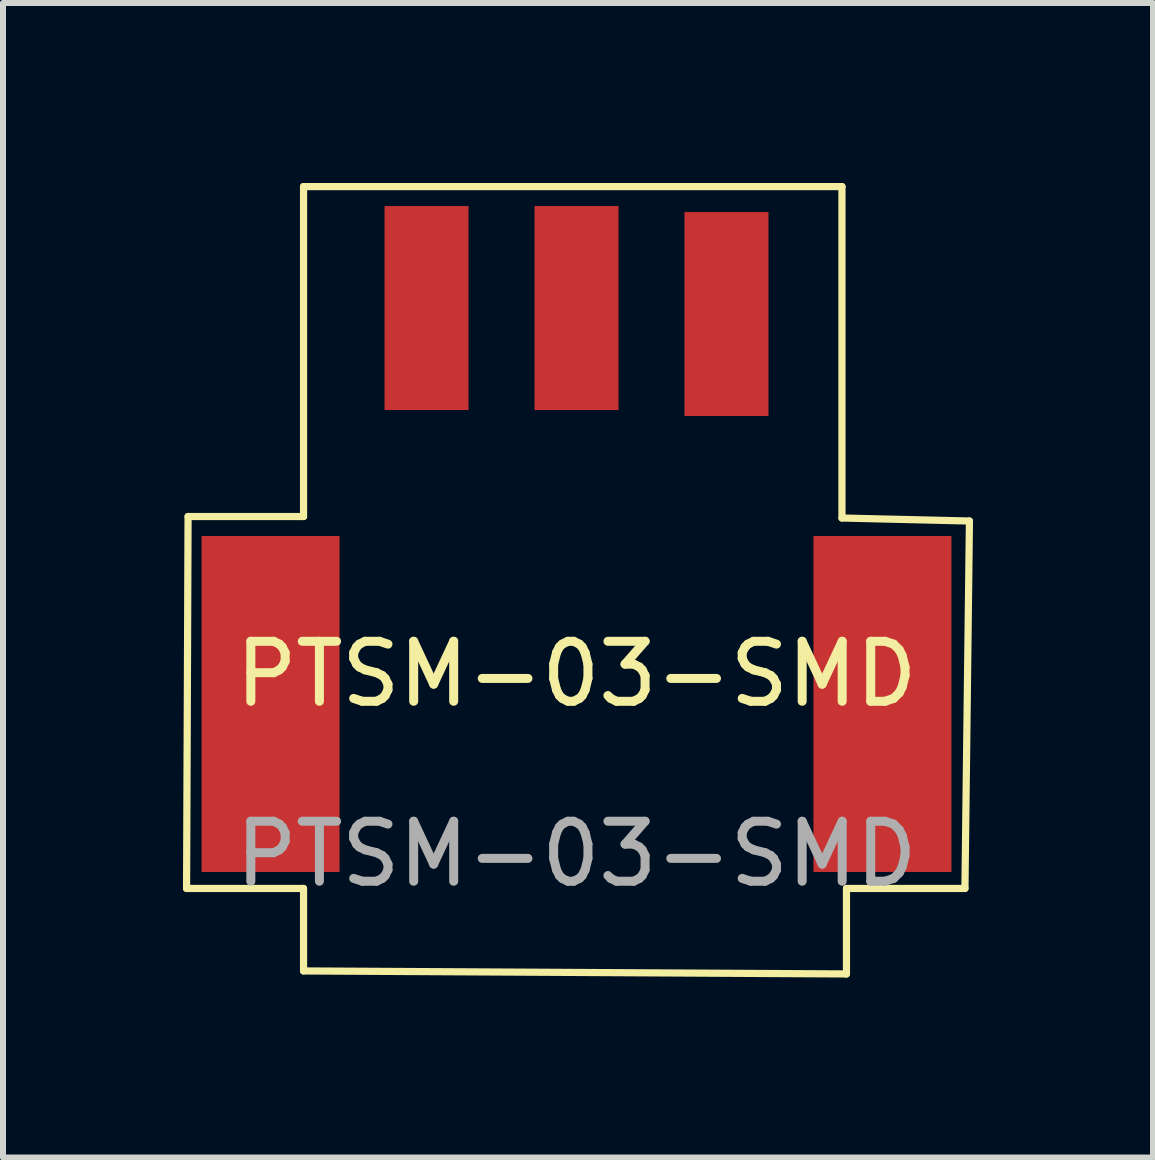
<source format=kicad_pcb>
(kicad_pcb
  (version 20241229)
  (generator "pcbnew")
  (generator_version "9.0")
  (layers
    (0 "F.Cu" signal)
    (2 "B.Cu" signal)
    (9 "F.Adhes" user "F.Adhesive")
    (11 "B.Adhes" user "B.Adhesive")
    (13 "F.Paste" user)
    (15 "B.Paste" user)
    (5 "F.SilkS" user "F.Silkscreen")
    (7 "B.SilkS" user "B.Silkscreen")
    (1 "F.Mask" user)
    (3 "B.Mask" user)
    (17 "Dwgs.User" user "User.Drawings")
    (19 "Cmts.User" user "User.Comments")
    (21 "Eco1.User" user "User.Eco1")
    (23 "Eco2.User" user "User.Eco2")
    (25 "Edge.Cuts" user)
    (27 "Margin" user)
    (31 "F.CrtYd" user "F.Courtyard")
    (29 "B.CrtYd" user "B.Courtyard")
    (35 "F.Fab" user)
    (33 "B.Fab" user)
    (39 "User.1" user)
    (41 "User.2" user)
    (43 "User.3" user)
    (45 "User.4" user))
  (footprint "PTSM-03-SMD"
    (layer "F.Cu")
    (at 6.56 8.685)
    (property "Reference" "PTSM-03-SMD" (at 0 -0.5 0) (unlocked yes) (layer "F.SilkS") (effects (font (size 1 1) (thickness 0.15))))
    (attr smd)
    (fp_line (start -6.5 3.075) (end -6.475 -3.125) (stroke (width 0.12) (type solid)) (layer "F.SilkS"))
    (fp_line (start -6.475 -3.125) (end -4.55 -3.125) (stroke (width 0.12) (type solid)) (layer "F.SilkS"))
    (fp_line (start -4.55 -8.625) (end 4.425 -8.625) (stroke (width 0.12) (type solid)) (layer "F.SilkS"))
    (fp_line (start -4.55 -3.125) (end -4.55 -8.625) (stroke (width 0.12) (type solid)) (layer "F.SilkS"))
    (fp_line (start -4.55 3.075) (end -6.5 3.075) (stroke (width 0.12) (type solid)) (layer "F.SilkS"))
    (fp_line (start -4.55 4.45) (end -4.55 3.075) (stroke (width 0.12) (type solid)) (layer "F.SilkS"))
    (fp_line (start 4.425 -8.625) (end 4.425 -3.1) (stroke (width 0.12) (type solid)) (layer "F.SilkS"))
    (fp_line (start 4.425 -3.1) (end 6.55 -3.05) (stroke (width 0.12) (type solid)) (layer "F.SilkS"))
    (fp_line (start 4.5 3.075) (end 4.5 4.5) (stroke (width 0.12) (type solid)) (layer "F.SilkS"))
    (fp_line (start 4.5 4.5) (end -4.55 4.45) (stroke (width 0.12) (type solid)) (layer "F.SilkS"))
    (fp_line (start 6.475 3.075) (end 4.5 3.075) (stroke (width 0.12) (type solid)) (layer "F.SilkS"))
    (fp_line (start 6.55 -3.05) (end 6.475 3.075) (stroke (width 0.12) (type solid)) (layer "F.SilkS"))
    (fp_text user "${REFERENCE}" (at 0 2.5 0) (unlocked yes) (layer "F.Fab") (effects (font (size 1 1) (thickness 0.15))))
    (pad "" smd rect (at -5.1 0) (size 2.3 5.6) (layers "F.Cu" "F.Mask" "F.Paste"))
    (pad "" smd rect (at 5.1 0) (size 2.3 5.6) (layers "F.Cu" "F.Mask" "F.Paste"))
    (pad "1" smd rect (at -2.5 -6.6) (size 1.4 3.4) (layers "F.Cu" "F.Mask" "F.Paste"))
    (pad "2" smd rect (at 0 -6.6) (size 1.4 3.4) (layers "F.Cu" "F.Mask" "F.Paste"))
    (pad "3" smd rect (at 2.5 -6.5) (size 1.4 3.4) (layers "F.Cu" "F.Mask" "F.Paste")))
  (gr_rect
    (start -3 -3)
    (end 16.17 16.245)
    (stroke (width 0.1) (type default))
    (fill no)
    (layer "Edge.Cuts")))
</source>
